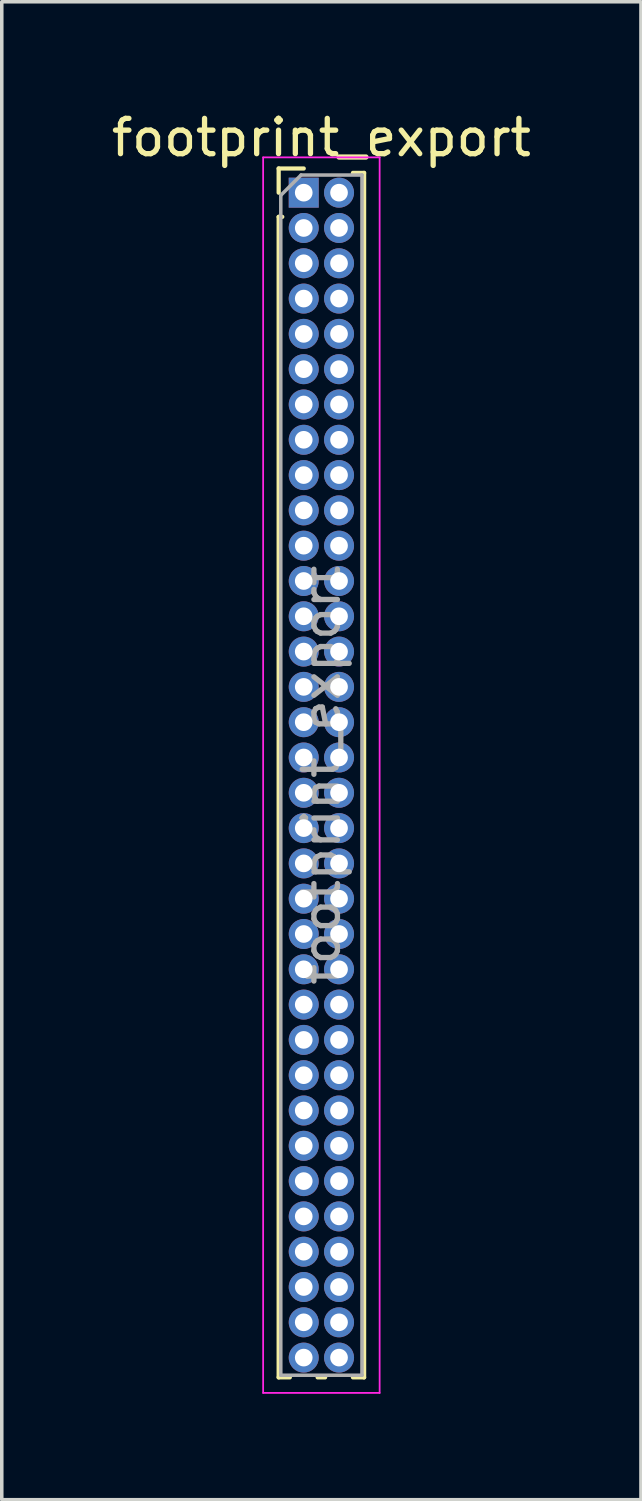
<source format=kicad_pcb>
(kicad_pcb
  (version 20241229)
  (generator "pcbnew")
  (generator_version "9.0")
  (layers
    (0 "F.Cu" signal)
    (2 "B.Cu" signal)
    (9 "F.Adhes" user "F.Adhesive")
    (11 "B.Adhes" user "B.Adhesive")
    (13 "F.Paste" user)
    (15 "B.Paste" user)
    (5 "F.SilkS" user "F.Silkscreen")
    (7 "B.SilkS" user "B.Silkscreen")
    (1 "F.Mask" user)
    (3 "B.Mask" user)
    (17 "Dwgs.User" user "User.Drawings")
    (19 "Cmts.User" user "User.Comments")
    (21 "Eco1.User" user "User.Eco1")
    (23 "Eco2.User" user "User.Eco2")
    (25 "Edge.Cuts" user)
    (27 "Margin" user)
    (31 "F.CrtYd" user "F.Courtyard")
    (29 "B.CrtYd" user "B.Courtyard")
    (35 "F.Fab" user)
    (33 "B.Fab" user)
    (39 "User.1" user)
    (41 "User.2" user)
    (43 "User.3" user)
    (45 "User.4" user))
  (footprint "footprint_export"
    (layer "F.Cu")
    (at 5.554 2.408)
    (property "Reference" "footprint_export" (at 0.5 -1.56 0) (layer "F.SilkS") (effects (font (size 1 1) (thickness 0.15))))
    (attr through_hole)
    (fp_line (start -0.71 -0.685) (end 0 -0.685) (stroke (width 0.12) (type solid)) (layer "F.SilkS"))
    (fp_line (start -0.71 0) (end -0.71 -0.685) (stroke (width 0.12) (type solid)) (layer "F.SilkS"))
    (fp_line (start -0.71 0.685) (end -0.71 33.56) (stroke (width 0.12) (type solid)) (layer "F.SilkS"))
    (fp_line (start -0.71 0.685) (end -0.608 0.685) (stroke (width 0.12) (type solid)) (layer "F.SilkS"))
    (fp_line (start -0.71 33.56) (end -0.394 33.56) (stroke (width 0.12) (type solid)) (layer "F.SilkS"))
    (fp_line (start 0.394 33.56) (end 0.606 33.56) (stroke (width 0.12) (type solid)) (layer "F.SilkS"))
    (fp_line (start 1.394 -0.56) (end 1.71 -0.56) (stroke (width 0.12) (type solid)) (layer "F.SilkS"))
    (fp_line (start 1.394 33.56) (end 1.71 33.56) (stroke (width 0.12) (type solid)) (layer "F.SilkS"))
    (fp_line (start 1.71 -0.56) (end 1.71 33.56) (stroke (width 0.12) (type solid)) (layer "F.SilkS"))
    (fp_line (start -1.15 -1) (end -1.15 34) (stroke (width 0.05) (type solid)) (layer "F.CrtYd"))
    (fp_line (start -1.15 34) (end 2.15 34) (stroke (width 0.05) (type solid)) (layer "F.CrtYd"))
    (fp_line (start 2.15 -1) (end -1.15 -1) (stroke (width 0.05) (type solid)) (layer "F.CrtYd"))
    (fp_line (start 2.15 34) (end 2.15 -1) (stroke (width 0.05) (type solid)) (layer "F.CrtYd"))
    (fp_line (start -0.65 0.075) (end -0.075 -0.5) (stroke (width 0.1) (type solid)) (layer "F.Fab"))
    (fp_line (start -0.65 33.5) (end -0.65 0.075) (stroke (width 0.1) (type solid)) (layer "F.Fab"))
    (fp_line (start -0.075 -0.5) (end 1.65 -0.5) (stroke (width 0.1) (type solid)) (layer "F.Fab"))
    (fp_line (start 1.65 -0.5) (end 1.65 33.5) (stroke (width 0.1) (type solid)) (layer "F.Fab"))
    (fp_line (start 1.65 33.5) (end -0.65 33.5) (stroke (width 0.1) (type solid)) (layer "F.Fab"))
    (fp_text user "${REFERENCE}" (at 0.5 16.5 90) (layer "F.Fab") (effects (font (size 1 1) (thickness 0.15))))
    (pad "1" thru_hole rect (at 0 0) (size 0.85 0.85) (drill 0.5) (layers "*.Cu" "*.Mask"))
    (pad "2" thru_hole oval (at 1 0) (size 0.85 0.85) (drill 0.5) (layers "*.Cu" "*.Mask"))
    (pad "3" thru_hole oval (at 0 1) (size 0.85 0.85) (drill 0.5) (layers "*.Cu" "*.Mask"))
    (pad "4" thru_hole oval (at 1 1) (size 0.85 0.85) (drill 0.5) (layers "*.Cu" "*.Mask"))
    (pad "5" thru_hole oval (at 0 2) (size 0.85 0.85) (drill 0.5) (layers "*.Cu" "*.Mask"))
    (pad "6" thru_hole oval (at 1 2) (size 0.85 0.85) (drill 0.5) (layers "*.Cu" "*.Mask"))
    (pad "7" thru_hole oval (at 0 3) (size 0.85 0.85) (drill 0.5) (layers "*.Cu" "*.Mask"))
    (pad "8" thru_hole oval (at 1 3) (size 0.85 0.85) (drill 0.5) (layers "*.Cu" "*.Mask"))
    (pad "9" thru_hole oval (at 0 4) (size 0.85 0.85) (drill 0.5) (layers "*.Cu" "*.Mask"))
    (pad "10" thru_hole oval (at 1 4) (size 0.85 0.85) (drill 0.5) (layers "*.Cu" "*.Mask"))
    (pad "11" thru_hole oval (at 0 5) (size 0.85 0.85) (drill 0.5) (layers "*.Cu" "*.Mask"))
    (pad "12" thru_hole oval (at 1 5) (size 0.85 0.85) (drill 0.5) (layers "*.Cu" "*.Mask"))
    (pad "13" thru_hole oval (at 0 6) (size 0.85 0.85) (drill 0.5) (layers "*.Cu" "*.Mask"))
    (pad "14" thru_hole oval (at 1 6) (size 0.85 0.85) (drill 0.5) (layers "*.Cu" "*.Mask"))
    (pad "15" thru_hole oval (at 0 7) (size 0.85 0.85) (drill 0.5) (layers "*.Cu" "*.Mask"))
    (pad "16" thru_hole oval (at 1 7) (size 0.85 0.85) (drill 0.5) (layers "*.Cu" "*.Mask"))
    (pad "17" thru_hole oval (at 0 8) (size 0.85 0.85) (drill 0.5) (layers "*.Cu" "*.Mask"))
    (pad "18" thru_hole oval (at 1 8) (size 0.85 0.85) (drill 0.5) (layers "*.Cu" "*.Mask"))
    (pad "19" thru_hole oval (at 0 9) (size 0.85 0.85) (drill 0.5) (layers "*.Cu" "*.Mask"))
    (pad "20" thru_hole oval (at 1 9) (size 0.85 0.85) (drill 0.5) (layers "*.Cu" "*.Mask"))
    (pad "21" thru_hole oval (at 0 10) (size 0.85 0.85) (drill 0.5) (layers "*.Cu" "*.Mask"))
    (pad "22" thru_hole oval (at 1 10) (size 0.85 0.85) (drill 0.5) (layers "*.Cu" "*.Mask"))
    (pad "23" thru_hole oval (at 0 11) (size 0.85 0.85) (drill 0.5) (layers "*.Cu" "*.Mask"))
    (pad "24" thru_hole oval (at 1 11) (size 0.85 0.85) (drill 0.5) (layers "*.Cu" "*.Mask"))
    (pad "25" thru_hole oval (at 0 12) (size 0.85 0.85) (drill 0.5) (layers "*.Cu" "*.Mask"))
    (pad "26" thru_hole oval (at 1 12) (size 0.85 0.85) (drill 0.5) (layers "*.Cu" "*.Mask"))
    (pad "27" thru_hole oval (at 0 13) (size 0.85 0.85) (drill 0.5) (layers "*.Cu" "*.Mask"))
    (pad "28" thru_hole oval (at 1 13) (size 0.85 0.85) (drill 0.5) (layers "*.Cu" "*.Mask"))
    (pad "29" thru_hole oval (at 0 14) (size 0.85 0.85) (drill 0.5) (layers "*.Cu" "*.Mask"))
    (pad "30" thru_hole oval (at 1 14) (size 0.85 0.85) (drill 0.5) (layers "*.Cu" "*.Mask"))
    (pad "31" thru_hole oval (at 0 15) (size 0.85 0.85) (drill 0.5) (layers "*.Cu" "*.Mask"))
    (pad "32" thru_hole oval (at 1 15) (size 0.85 0.85) (drill 0.5) (layers "*.Cu" "*.Mask"))
    (pad "33" thru_hole oval (at 0 16) (size 0.85 0.85) (drill 0.5) (layers "*.Cu" "*.Mask"))
    (pad "34" thru_hole oval (at 1 16) (size 0.85 0.85) (drill 0.5) (layers "*.Cu" "*.Mask"))
    (pad "35" thru_hole oval (at 0 17) (size 0.85 0.85) (drill 0.5) (layers "*.Cu" "*.Mask"))
    (pad "36" thru_hole oval (at 1 17) (size 0.85 0.85) (drill 0.5) (layers "*.Cu" "*.Mask"))
    (pad "37" thru_hole oval (at 0 18) (size 0.85 0.85) (drill 0.5) (layers "*.Cu" "*.Mask"))
    (pad "38" thru_hole oval (at 1 18) (size 0.85 0.85) (drill 0.5) (layers "*.Cu" "*.Mask"))
    (pad "39" thru_hole oval (at 0 19) (size 0.85 0.85) (drill 0.5) (layers "*.Cu" "*.Mask"))
    (pad "40" thru_hole oval (at 1 19) (size 0.85 0.85) (drill 0.5) (layers "*.Cu" "*.Mask"))
    (pad "41" thru_hole oval (at 0 20) (size 0.85 0.85) (drill 0.5) (layers "*.Cu" "*.Mask"))
    (pad "42" thru_hole oval (at 1 20) (size 0.85 0.85) (drill 0.5) (layers "*.Cu" "*.Mask"))
    (pad "43" thru_hole oval (at 0 21) (size 0.85 0.85) (drill 0.5) (layers "*.Cu" "*.Mask"))
    (pad "44" thru_hole oval (at 1 21) (size 0.85 0.85) (drill 0.5) (layers "*.Cu" "*.Mask"))
    (pad "45" thru_hole oval (at 0 22) (size 0.85 0.85) (drill 0.5) (layers "*.Cu" "*.Mask"))
    (pad "46" thru_hole oval (at 1 22) (size 0.85 0.85) (drill 0.5) (layers "*.Cu" "*.Mask"))
    (pad "47" thru_hole oval (at 0 23) (size 0.85 0.85) (drill 0.5) (layers "*.Cu" "*.Mask"))
    (pad "48" thru_hole oval (at 1 23) (size 0.85 0.85) (drill 0.5) (layers "*.Cu" "*.Mask"))
    (pad "49" thru_hole oval (at 0 24) (size 0.85 0.85) (drill 0.5) (layers "*.Cu" "*.Mask"))
    (pad "50" thru_hole oval (at 1 24) (size 0.85 0.85) (drill 0.5) (layers "*.Cu" "*.Mask"))
    (pad "51" thru_hole oval (at 0 25) (size 0.85 0.85) (drill 0.5) (layers "*.Cu" "*.Mask"))
    (pad "52" thru_hole oval (at 1 25) (size 0.85 0.85) (drill 0.5) (layers "*.Cu" "*.Mask"))
    (pad "53" thru_hole oval (at 0 26) (size 0.85 0.85) (drill 0.5) (layers "*.Cu" "*.Mask"))
    (pad "54" thru_hole oval (at 1 26) (size 0.85 0.85) (drill 0.5) (layers "*.Cu" "*.Mask"))
    (pad "55" thru_hole oval (at 0 27) (size 0.85 0.85) (drill 0.5) (layers "*.Cu" "*.Mask"))
    (pad "56" thru_hole oval (at 1 27) (size 0.85 0.85) (drill 0.5) (layers "*.Cu" "*.Mask"))
    (pad "57" thru_hole oval (at 0 28) (size 0.85 0.85) (drill 0.5) (layers "*.Cu" "*.Mask"))
    (pad "58" thru_hole oval (at 1 28) (size 0.85 0.85) (drill 0.5) (layers "*.Cu" "*.Mask"))
    (pad "59" thru_hole oval (at 0 29) (size 0.85 0.85) (drill 0.5) (layers "*.Cu" "*.Mask"))
    (pad "60" thru_hole oval (at 1 29) (size 0.85 0.85) (drill 0.5) (layers "*.Cu" "*.Mask"))
    (pad "61" thru_hole oval (at 0 30) (size 0.85 0.85) (drill 0.5) (layers "*.Cu" "*.Mask"))
    (pad "62" thru_hole oval (at 1 30) (size 0.85 0.85) (drill 0.5) (layers "*.Cu" "*.Mask"))
    (pad "63" thru_hole oval (at 0 31) (size 0.85 0.85) (drill 0.5) (layers "*.Cu" "*.Mask"))
    (pad "64" thru_hole oval (at 1 31) (size 0.85 0.85) (drill 0.5) (layers "*.Cu" "*.Mask"))
    (pad "65" thru_hole oval (at 0 32) (size 0.85 0.85) (drill 0.5) (layers "*.Cu" "*.Mask"))
    (pad "66" thru_hole oval (at 1 32) (size 0.85 0.85) (drill 0.5) (layers "*.Cu" "*.Mask"))
    (pad "67" thru_hole oval (at 0 33) (size 0.85 0.85) (drill 0.5) (layers "*.Cu" "*.Mask"))
    (pad "68" thru_hole oval (at 1 33) (size 0.85 0.85) (drill 0.5) (layers "*.Cu" "*.Mask")))
  (gr_rect
    (start -3 -3)
    (end 15.107 39.433)
    (stroke (width 0.1) (type default))
    (fill no)
    (layer "Edge.Cuts")))
</source>
